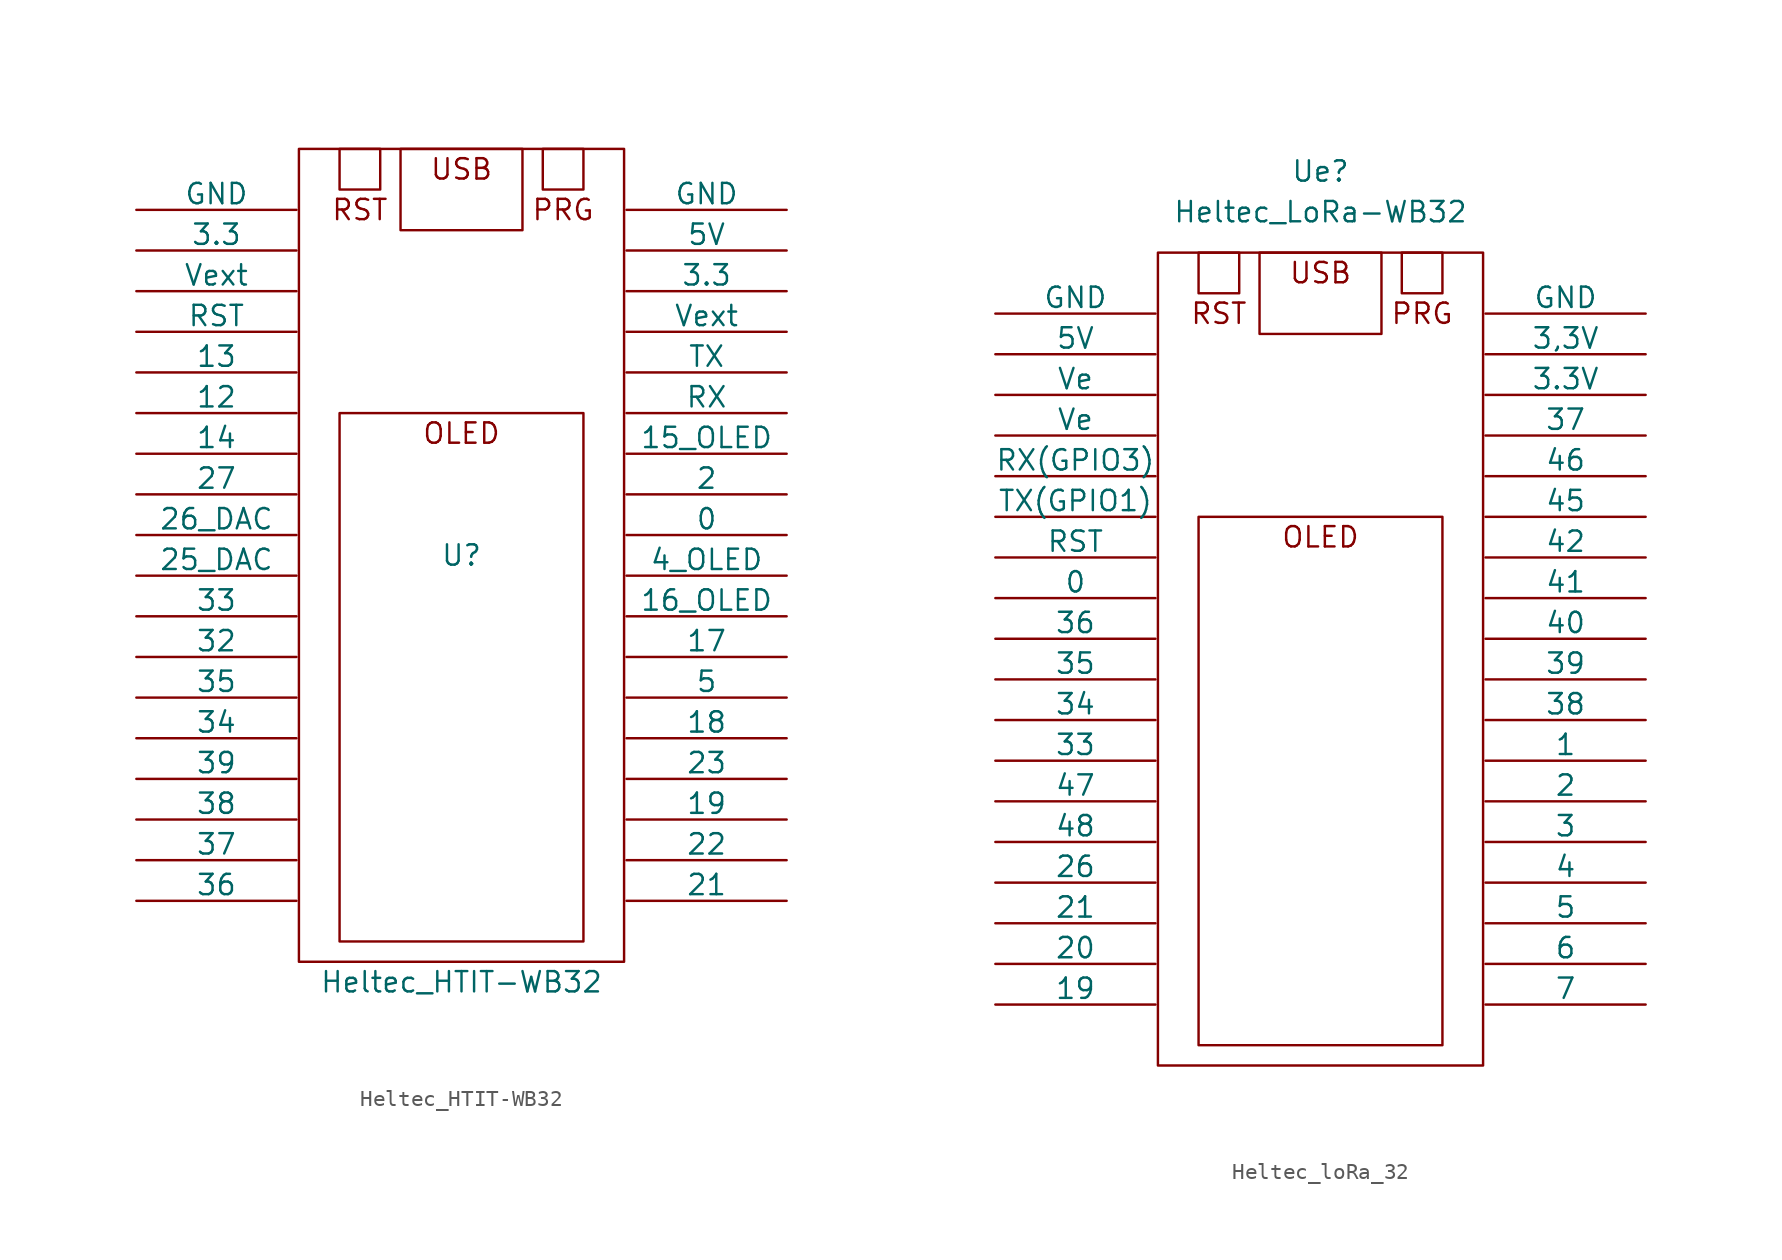
<source format=kicad_sym>
(kicad_symbol_lib
  (version 20220914)
  (generator kicad_symbol_editor)
  (symbol "Heltec_HTIT-WB32"
    (pin_numbers hide)
    (pin_names
      (offset 0))
    (property "Reference" "U"
      (at 0 0 0)
      (effects (font (size 1.27 1.27))))
    (property "Value" "Heltec_HTIT-WB32"
      (at 0 -26.67 0)
      (effects (font (size 1.27 1.27))))
    (property "Datasheet" ""
      (at 0 0 0)
      (effects (font (size 1.27 1.27))))
    (symbol "Heltec_HTIT-WB32_0_0"
      (rectangle (start -5.08 22.86) (end -7.62 25.4) (stroke (width 0) (type solid)) (fill (type none)))
      (rectangle (start 3.81 25.4) (end -3.81 20.32) (stroke (width 0) (type solid)) (fill (type none)))
      (rectangle (start 5.08 22.86) (end 7.62 25.4) (stroke (width 0) (type solid)) (fill (type none)))
      (rectangle (start 7.62 -24.13) (end -7.62 8.89) (stroke (width 0) (type solid)) (fill (type none)))
      (rectangle (start 10.16 -25.4) (end -10.16 25.4) (stroke (width 0) (type solid)) (fill (type none)))
      (text "OLED" (at 0 7.62 0) (effects (font (size 1.27 1.27))))
      (text "PRG" (at 6.35 21.59 0) (effects (font (size 1.27 1.27))))
      (text "RST" (at -6.35 21.59 0) (effects (font (size 1.27 1.27))))
      (text "USB" (at 0 24.13 0) (effects (font (size 1.27 1.27)))))
    (symbol "Heltec_HTIT-WB32_1_1"
      (pin bidirectional line (at 20.32 1.27 180) (length 10.008) (name "0" (effects (font (size 1.27 1.27)))) (number "0" (effects (font (size 1.27 1.27)))))
      (pin bidirectional line (at 20.32 11.43 180) (length 10.008) (name "TX" (effects (font (size 1.27 1.27)))) (number "1" (effects (font (size 1.27 1.27)))))
      (pin power_out line (at 20.32 13.97 180) (length 10.008) (name "Vext" (effects (font (size 1.27 1.27)))) (number "10" (effects (font (size 1.27 1.27)))))
      (pin power_in line (at 20.32 16.51 180) (length 10.008) (name "3.3" (effects (font (size 1.27 1.27)))) (number "11" (effects (font (size 1.27 1.27)))))
      (pin bidirectional line (at -20.32 8.89 0) (length 10.008) (name "12" (effects (font (size 1.27 1.27)))) (number "12" (effects (font (size 1.27 1.27)))))
      (pin bidirectional line (at -20.32 11.43 0) (length 10.008) (name "13" (effects (font (size 1.27 1.27)))) (number "13" (effects (font (size 1.27 1.27)))))
      (pin bidirectional line (at -20.32 6.35 0) (length 10.008) (name "14" (effects (font (size 1.27 1.27)))) (number "14" (effects (font (size 1.27 1.27)))))
      (pin bidirectional line (at 20.32 6.35 180) (length 10.008) (name "15_OLED" (effects (font (size 1.27 1.27)))) (number "15" (effects (font (size 1.27 1.27)))))
      (pin bidirectional line (at 20.32 -3.81 180) (length 10.008) (name "16_OLED" (effects (font (size 1.27 1.27)))) (number "16" (effects (font (size 1.27 1.27)))))
      (pin bidirectional line (at 20.32 -6.35 180) (length 10.008) (name "17" (effects (font (size 1.27 1.27)))) (number "17" (effects (font (size 1.27 1.27)))))
      (pin bidirectional line (at 20.32 -11.43 180) (length 10.008) (name "18" (effects (font (size 1.27 1.27)))) (number "18" (effects (font (size 1.27 1.27)))))
      (pin bidirectional line (at 20.32 -16.51 180) (length 10.008) (name "19" (effects (font (size 1.27 1.27)))) (number "19" (effects (font (size 1.27 1.27)))))
      (pin bidirectional line (at 20.32 3.81 180) (length 10.008) (name "2" (effects (font (size 1.27 1.27)))) (number "2" (effects (font (size 1.27 1.27)))))
      (pin power_in line (at 20.32 19.05 180) (length 10.008) (name "5V" (effects (font (size 1.27 1.27)))) (number "20" (effects (font (size 1.27 1.27)))))
      (pin bidirectional line (at 20.32 -21.59 180) (length 10.008) (name "21" (effects (font (size 1.27 1.27)))) (number "21" (effects (font (size 1.27 1.27)))))
      (pin bidirectional line (at 20.32 -19.05 180) (length 10.008) (name "22" (effects (font (size 1.27 1.27)))) (number "22" (effects (font (size 1.27 1.27)))))
      (pin bidirectional line (at 20.32 -13.97 180) (length 10.008) (name "23" (effects (font (size 1.27 1.27)))) (number "23" (effects (font (size 1.27 1.27)))))
      (pin bidirectional line (at -20.32 -1.27 0) (length 10.008) (name "25_DAC" (effects (font (size 1.27 1.27)))) (number "25" (effects (font (size 1.27 1.27)))))
      (pin bidirectional line (at -20.32 1.27 0) (length 10.008) (name "26_DAC" (effects (font (size 1.27 1.27)))) (number "26" (effects (font (size 1.27 1.27)))))
      (pin bidirectional line (at -20.32 3.81 0) (length 10.008) (name "27" (effects (font (size 1.27 1.27)))) (number "27" (effects (font (size 1.27 1.27)))))
      (pin power_in line (at 20.32 21.59 180) (length 10.008) (name "GND" (effects (font (size 1.27 1.27)))) (number "28" (effects (font (size 1.27 1.27)))))
      (pin bidirectional line (at 20.32 8.89 180) (length 10.008) (name "RX" (effects (font (size 1.27 1.27)))) (number "3" (effects (font (size 1.27 1.27)))))
      (pin input line (at -20.32 -6.35 0) (length 10.008) (name "32" (effects (font (size 1.27 1.27)))) (number "32" (effects (font (size 1.27 1.27)))))
      (pin input line (at -20.32 -3.81 0) (length 10.008) (name "33" (effects (font (size 1.27 1.27)))) (number "33" (effects (font (size 1.27 1.27)))))
      (pin input line (at -20.32 -11.43 0) (length 10.008) (name "34" (effects (font (size 1.27 1.27)))) (number "34" (effects (font (size 1.27 1.27)))))
      (pin input line (at -20.32 -8.89 0) (length 10.008) (name "35" (effects (font (size 1.27 1.27)))) (number "35" (effects (font (size 1.27 1.27)))))
      (pin input line (at -20.32 -21.59 0) (length 10.008) (name "36" (effects (font (size 1.27 1.27)))) (number "36" (effects (font (size 1.27 1.27)))))
      (pin input line (at -20.32 -19.05 0) (length 10.008) (name "37" (effects (font (size 1.27 1.27)))) (number "37" (effects (font (size 1.27 1.27)))))
      (pin input line (at -20.32 -16.51 0) (length 10.008) (name "38" (effects (font (size 1.27 1.27)))) (number "38" (effects (font (size 1.27 1.27)))))
      (pin input line (at -20.32 -13.97 0) (length 10.008) (name "39" (effects (font (size 1.27 1.27)))) (number "39" (effects (font (size 1.27 1.27)))))
      (pin bidirectional line (at 20.32 -1.27 180) (length 10.008) (name "4_OLED" (effects (font (size 1.27 1.27)))) (number "4" (effects (font (size 1.27 1.27)))))
      (pin bidirectional line (at 20.32 -8.89 180) (length 10.008) (name "5" (effects (font (size 1.27 1.27)))) (number "5" (effects (font (size 1.27 1.27)))))
      (pin input line (at -20.32 13.97 0) (length 10.008) (name "RST" (effects (font (size 1.27 1.27)))) (number "6" (effects (font (size 1.27 1.27)))))
      (pin power_out line (at -20.32 16.51 0) (length 10.008) (name "Vext" (effects (font (size 1.27 1.27)))) (number "7" (effects (font (size 1.27 1.27)))))
      (pin power_in line (at -20.32 21.59 0) (length 10.008) (name "GND" (effects (font (size 1.27 1.27)))) (number "8" (effects (font (size 1.27 1.27)))))
      (pin power_in line (at -20.32 19.05 0) (length 10.008) (name "3.3" (effects (font (size 1.27 1.27)))) (number "9" (effects (font (size 1.27 1.27)))))))
  (symbol "Heltec_loRa_32"
    (pin_numbers hide)
    (pin_names
      (offset 0))
    (property "Reference" "Ue"
      (at 0 30.48 0)
      (effects (font (size 1.27 1.27))))
    (property "Value" "Heltec_LoRa-WB32"
      (at 0 27.94 0)
      (effects (font (size 1.27 1.27))))
    (property "Datasheet" ""
      (at 0 0 0)
      (effects (font (size 1.27 1.27))))
    (symbol "Heltec_loRa_32_0_0"
      (rectangle (start -5.08 22.86) (end -7.62 25.4) (stroke (width 0) (type solid)) (fill (type none)))
      (rectangle (start 3.81 25.4) (end -3.81 20.32) (stroke (width 0) (type solid)) (fill (type none)))
      (rectangle (start 5.08 22.86) (end 7.62 25.4) (stroke (width 0) (type solid)) (fill (type none)))
      (rectangle (start 7.62 -24.13) (end -7.62 8.89) (stroke (width 0) (type solid)) (fill (type none)))
      (rectangle (start 10.16 -25.4) (end -10.16 25.4) (stroke (width 0) (type solid)) (fill (type none)))
      (text "OLED" (at 0 7.62 0) (effects (font (size 1.27 1.27))))
      (text "PRG" (at 6.35 21.59 0) (effects (font (size 1.27 1.27))))
      (text "RST" (at -6.35 21.59 0) (effects (font (size 1.27 1.27))))
      (text "USB" (at 0 24.13 0) (effects (font (size 1.27 1.27)))))
    (symbol "Heltec_loRa_32_1_1"
      (pin power_in line (at -20.32 21.59 0) (length 10.008) (name "GND" (effects (font (size 1.27 1.27)))) (number "1" (effects (font (size 1.27 1.27)))))
      (pin bidirectional line (at -20.32 -1.27 0) (length 10.008) (name "35" (effects (font (size 1.27 1.27)))) (number "10" (effects (font (size 1.27 1.27)))))
      (pin input line (at -20.32 -3.81 0) (length 10.008) (name "34" (effects (font (size 1.27 1.27)))) (number "11" (effects (font (size 1.27 1.27)))))
      (pin input line (at -20.32 -6.35 0) (length 10.008) (name "33" (effects (font (size 1.27 1.27)))) (number "12" (effects (font (size 1.27 1.27)))))
      (pin input line (at -20.32 -8.89 0) (length 10.008) (name "47" (effects (font (size 1.27 1.27)))) (number "13" (effects (font (size 1.27 1.27)))))
      (pin input line (at -20.32 -11.43 0) (length 10.008) (name "48" (effects (font (size 1.27 1.27)))) (number "14" (effects (font (size 1.27 1.27)))))
      (pin input line (at -20.32 -13.97 0) (length 10.008) (name "26" (effects (font (size 1.27 1.27)))) (number "15" (effects (font (size 1.27 1.27)))))
      (pin input line (at -20.32 -16.51 0) (length 10.008) (name "21" (effects (font (size 1.27 1.27)))) (number "16" (effects (font (size 1.27 1.27)))))
      (pin input line (at -20.32 -19.05 0) (length 10.008) (name "20" (effects (font (size 1.27 1.27)))) (number "17" (effects (font (size 1.27 1.27)))))
      (pin input line (at -20.32 -21.59 0) (length 10.008) (name "19" (effects (font (size 1.27 1.27)))) (number "18" (effects (font (size 1.27 1.27)))))
      (pin bidirectional line (at 20.32 -21.59 180) (length 10.008) (name "7" (effects (font (size 1.27 1.27)))) (number "19" (effects (font (size 1.27 1.27)))))
      (pin power_in line (at -20.32 19.05 0) (length 10.008) (name "5V" (effects (font (size 1.27 1.27)))) (number "2" (effects (font (size 1.27 1.27)))))
      (pin bidirectional line (at 20.32 -19.05 180) (length 10.008) (name "6" (effects (font (size 1.27 1.27)))) (number "20" (effects (font (size 1.27 1.27)))))
      (pin bidirectional line (at 20.32 -16.51 180) (length 10.008) (name "5" (effects (font (size 1.27 1.27)))) (number "21" (effects (font (size 1.27 1.27)))))
      (pin bidirectional line (at 20.32 -13.97 180) (length 10.008) (name "4" (effects (font (size 1.27 1.27)))) (number "22" (effects (font (size 1.27 1.27)))))
      (pin bidirectional line (at 20.32 -11.43 180) (length 10.008) (name "3" (effects (font (size 1.27 1.27)))) (number "23" (effects (font (size 1.27 1.27)))))
      (pin bidirectional line (at 20.32 -8.89 180) (length 10.008) (name "2" (effects (font (size 1.27 1.27)))) (number "24" (effects (font (size 1.27 1.27)))))
      (pin bidirectional line (at 20.32 -6.35 180) (length 10.008) (name "1" (effects (font (size 1.27 1.27)))) (number "25" (effects (font (size 1.27 1.27)))))
      (pin bidirectional line (at 20.32 -3.81 180) (length 10.008) (name "38" (effects (font (size 1.27 1.27)))) (number "26" (effects (font (size 1.27 1.27)))))
      (pin bidirectional line (at 20.32 -1.27 180) (length 10.008) (name "39" (effects (font (size 1.27 1.27)))) (number "27" (effects (font (size 1.27 1.27)))))
      (pin bidirectional line (at 20.32 1.27 180) (length 10.008) (name "40" (effects (font (size 1.27 1.27)))) (number "28" (effects (font (size 1.27 1.27)))))
      (pin bidirectional line (at 20.32 3.81 180) (length 10.008) (name "41" (effects (font (size 1.27 1.27)))) (number "29" (effects (font (size 1.27 1.27)))))
      (pin power_out line (at -20.32 16.51 0) (length 10.008) (name "Ve" (effects (font (size 1.27 1.27)))) (number "3" (effects (font (size 1.27 1.27)))))
      (pin bidirectional line (at 20.32 6.35 180) (length 10.008) (name "42" (effects (font (size 1.27 1.27)))) (number "30" (effects (font (size 1.27 1.27)))))
      (pin bidirectional line (at 20.32 8.89 180) (length 10.008) (name "45" (effects (font (size 1.27 1.27)))) (number "31" (effects (font (size 1.27 1.27)))))
      (pin bidirectional line (at 20.32 11.43 180) (length 10.008) (name "46" (effects (font (size 1.27 1.27)))) (number "32" (effects (font (size 1.27 1.27)))))
      (pin power_out line (at 20.32 13.97 180) (length 10.008) (name "37" (effects (font (size 1.27 1.27)))) (number "33" (effects (font (size 1.27 1.27)))))
      (pin power_in line (at 20.32 16.51 180) (length 10.008) (name "3.3V" (effects (font (size 1.27 1.27)))) (number "34" (effects (font (size 1.27 1.27)))))
      (pin power_in line (at 20.32 19.05 180) (length 10.008) (name "3,3V" (effects (font (size 1.27 1.27)))) (number "35" (effects (font (size 1.27 1.27)))))
      (pin power_in line (at 20.32 21.59 180) (length 10.008) (name "GND" (effects (font (size 1.27 1.27)))) (number "36" (effects (font (size 1.27 1.27)))))
      (pin input line (at -20.32 13.97 0) (length 10.008) (name "Ve" (effects (font (size 1.27 1.27)))) (number "4" (effects (font (size 1.27 1.27)))))
      (pin bidirectional line (at -20.32 11.43 0) (length 10.008) (name "RX(GPIO3)" (effects (font (size 1.27 1.27)))) (number "5" (effects (font (size 1.27 1.27)))))
      (pin bidirectional line (at -20.32 8.89 0) (length 10.008) (name "TX(GPIO1)" (effects (font (size 1.27 1.27)))) (number "6" (effects (font (size 1.27 1.27)))))
      (pin bidirectional line (at -20.32 6.35 0) (length 10.008) (name "RST" (effects (font (size 1.27 1.27)))) (number "7" (effects (font (size 1.27 1.27)))))
      (pin bidirectional line (at -20.32 3.81 0) (length 10.008) (name "0" (effects (font (size 1.27 1.27)))) (number "8" (effects (font (size 1.27 1.27)))))
      (pin bidirectional line (at -20.32 1.27 0) (length 10.008) (name "36" (effects (font (size 1.27 1.27)))) (number "9" (effects (font (size 1.27 1.27))))))))
</source>
